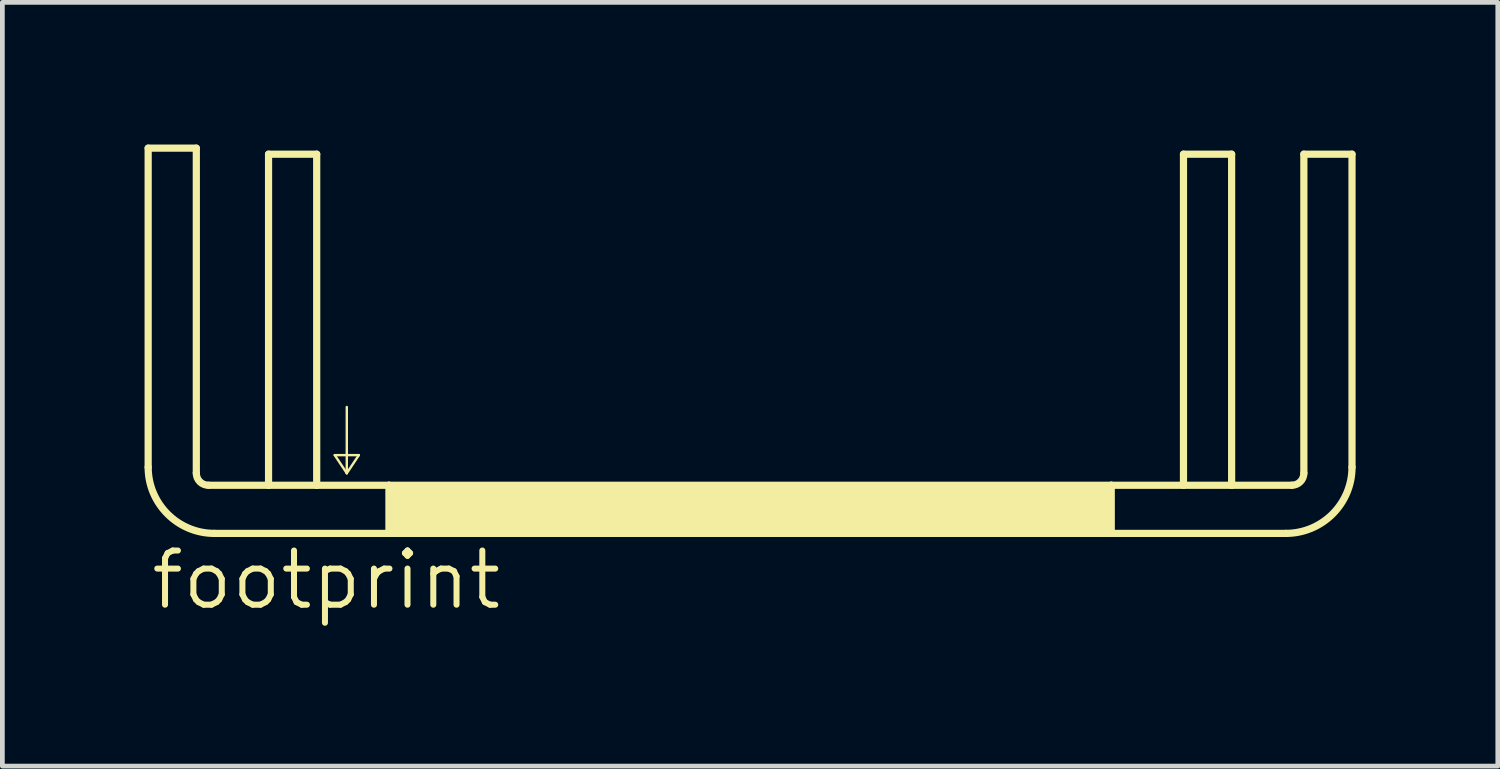
<source format=kicad_pcb>
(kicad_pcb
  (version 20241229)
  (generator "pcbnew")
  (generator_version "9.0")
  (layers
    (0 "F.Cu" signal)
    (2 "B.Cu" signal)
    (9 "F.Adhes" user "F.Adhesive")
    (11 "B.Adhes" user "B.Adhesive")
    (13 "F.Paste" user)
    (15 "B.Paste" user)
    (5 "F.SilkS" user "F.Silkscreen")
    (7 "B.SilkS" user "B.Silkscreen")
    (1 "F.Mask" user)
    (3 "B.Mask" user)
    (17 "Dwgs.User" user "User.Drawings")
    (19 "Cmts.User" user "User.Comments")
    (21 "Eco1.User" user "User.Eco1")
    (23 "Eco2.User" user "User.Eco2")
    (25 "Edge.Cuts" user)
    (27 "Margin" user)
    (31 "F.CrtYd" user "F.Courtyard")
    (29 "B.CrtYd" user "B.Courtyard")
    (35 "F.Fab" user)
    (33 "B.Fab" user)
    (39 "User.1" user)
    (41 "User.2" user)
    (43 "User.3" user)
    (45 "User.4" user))
  (footprint "footprint"
    (layer "F.Cu")
    (at 12.776 7.188)
    (property "Reference" "footprint" (at -12.7 2.667 0) (layer "F.SilkS") (effects (font (size 1.143 1.143) (thickness 0.127)) (justify left bottom)))
    (fp_line (start -12.7 -7.112) (end -12.7 -0.381) (stroke (width 0.152) (type solid)) (layer "F.SilkS"))
    (fp_line (start -11.684 -7.112) (end -12.7 -7.112) (stroke (width 0.152) (type solid)) (layer "F.SilkS"))
    (fp_line (start -11.684 -0.254) (end -11.684 -7.112) (stroke (width 0.152) (type solid)) (layer "F.SilkS"))
    (fp_line (start -11.303 1.016) (end -7.62 1.016) (stroke (width 0.152) (type solid)) (layer "F.SilkS"))
    (fp_line (start -10.16 -6.985) (end -10.16 0) (stroke (width 0.152) (type solid)) (layer "F.SilkS"))
    (fp_line (start -10.16 0) (end -11.43 0) (stroke (width 0.152) (type solid)) (layer "F.SilkS"))
    (fp_line (start -9.144 -6.985) (end -10.16 -6.985) (stroke (width 0.152) (type solid)) (layer "F.SilkS"))
    (fp_line (start -9.144 -6.985) (end -9.144 0) (stroke (width 0.152) (type solid)) (layer "F.SilkS"))
    (fp_line (start -9.144 0) (end -10.16 0) (stroke (width 0.152) (type solid)) (layer "F.SilkS"))
    (fp_line (start -8.763 -0.635) (end -8.509 -0.635) (stroke (width 0.051) (type solid)) (layer "F.SilkS"))
    (fp_line (start -8.509 -1.651) (end -8.509 -0.635) (stroke (width 0.051) (type solid)) (layer "F.SilkS"))
    (fp_line (start -8.509 -0.635) (end -8.509 -0.254) (stroke (width 0.051) (type solid)) (layer "F.SilkS"))
    (fp_line (start -8.509 -0.635) (end -8.255 -0.635) (stroke (width 0.051) (type solid)) (layer "F.SilkS"))
    (fp_line (start -8.509 -0.254) (end -8.763 -0.635) (stroke (width 0.051) (type solid)) (layer "F.SilkS"))
    (fp_line (start -8.255 -0.635) (end -8.509 -0.254) (stroke (width 0.051) (type solid)) (layer "F.SilkS"))
    (fp_line (start -7.62 0) (end -9.144 0) (stroke (width 0.152) (type solid)) (layer "F.SilkS"))
    (fp_line (start -7.62 0) (end -7.62 1.016) (stroke (width 0.152) (type solid)) (layer "F.SilkS"))
    (fp_line (start -7.62 1.016) (end 7.62 1.016) (stroke (width 0.152) (type solid)) (layer "F.SilkS"))
    (fp_line (start 7.62 0) (end -7.62 0) (stroke (width 0.152) (type solid)) (layer "F.SilkS"))
    (fp_line (start 7.62 0) (end 7.62 1.016) (stroke (width 0.152) (type solid)) (layer "F.SilkS"))
    (fp_line (start 7.62 1.016) (end 11.303 1.016) (stroke (width 0.152) (type solid)) (layer "F.SilkS"))
    (fp_line (start 9.144 -6.985) (end 9.144 0) (stroke (width 0.152) (type solid)) (layer "F.SilkS"))
    (fp_line (start 9.144 0) (end 7.62 0) (stroke (width 0.152) (type solid)) (layer "F.SilkS"))
    (fp_line (start 10.16 -6.985) (end 9.144 -6.985) (stroke (width 0.152) (type solid)) (layer "F.SilkS"))
    (fp_line (start 10.16 -6.985) (end 10.16 0) (stroke (width 0.152) (type solid)) (layer "F.SilkS"))
    (fp_line (start 10.16 0) (end 9.144 0) (stroke (width 0.152) (type solid)) (layer "F.SilkS"))
    (fp_line (start 11.43 0) (end 10.16 0) (stroke (width 0.152) (type solid)) (layer "F.SilkS"))
    (fp_line (start 11.684 -6.985) (end 11.684 -0.254) (stroke (width 0.152) (type solid)) (layer "F.SilkS"))
    (fp_line (start 12.7 -6.985) (end 11.684 -6.985) (stroke (width 0.152) (type solid)) (layer "F.SilkS"))
    (fp_line (start 12.7 -0.381) (end 12.7 -6.985) (stroke (width 0.152) (type solid)) (layer "F.SilkS"))
    (fp_arc (start -11.43 0) (mid -11.609605 -0.074395) (end -11.684 -0.254) (stroke (width 0.1524) (type solid)) (layer "F.SilkS"))
    (fp_arc (start -11.303 1.016) (mid -12.290828 0.606828) (end -12.7 -0.381) (stroke (width 0.1524) (type solid)) (layer "F.SilkS"))
    (fp_arc (start 11.684 -0.254) (mid 11.609605 -0.074395) (end 11.43 0) (stroke (width 0.1524) (type solid)) (layer "F.SilkS"))
    (fp_arc (start 12.7 -0.381) (mid 12.290828 0.606828) (end 11.303 1.016) (stroke (width 0.1524) (type solid)) (layer "F.SilkS"))
    (fp_poly (pts (xy -7.62 1.016) (xy 7.62 1.016) (xy 7.62 0) (xy -7.62 0)) (stroke (width 0) (type solid)) (fill yes) (layer "F.SilkS")))
  (gr_rect
    (start -3 -3)
    (end 28.552 13.114)
    (stroke (width 0.1) (type default))
    (fill no)
    (layer "Edge.Cuts")))
</source>
